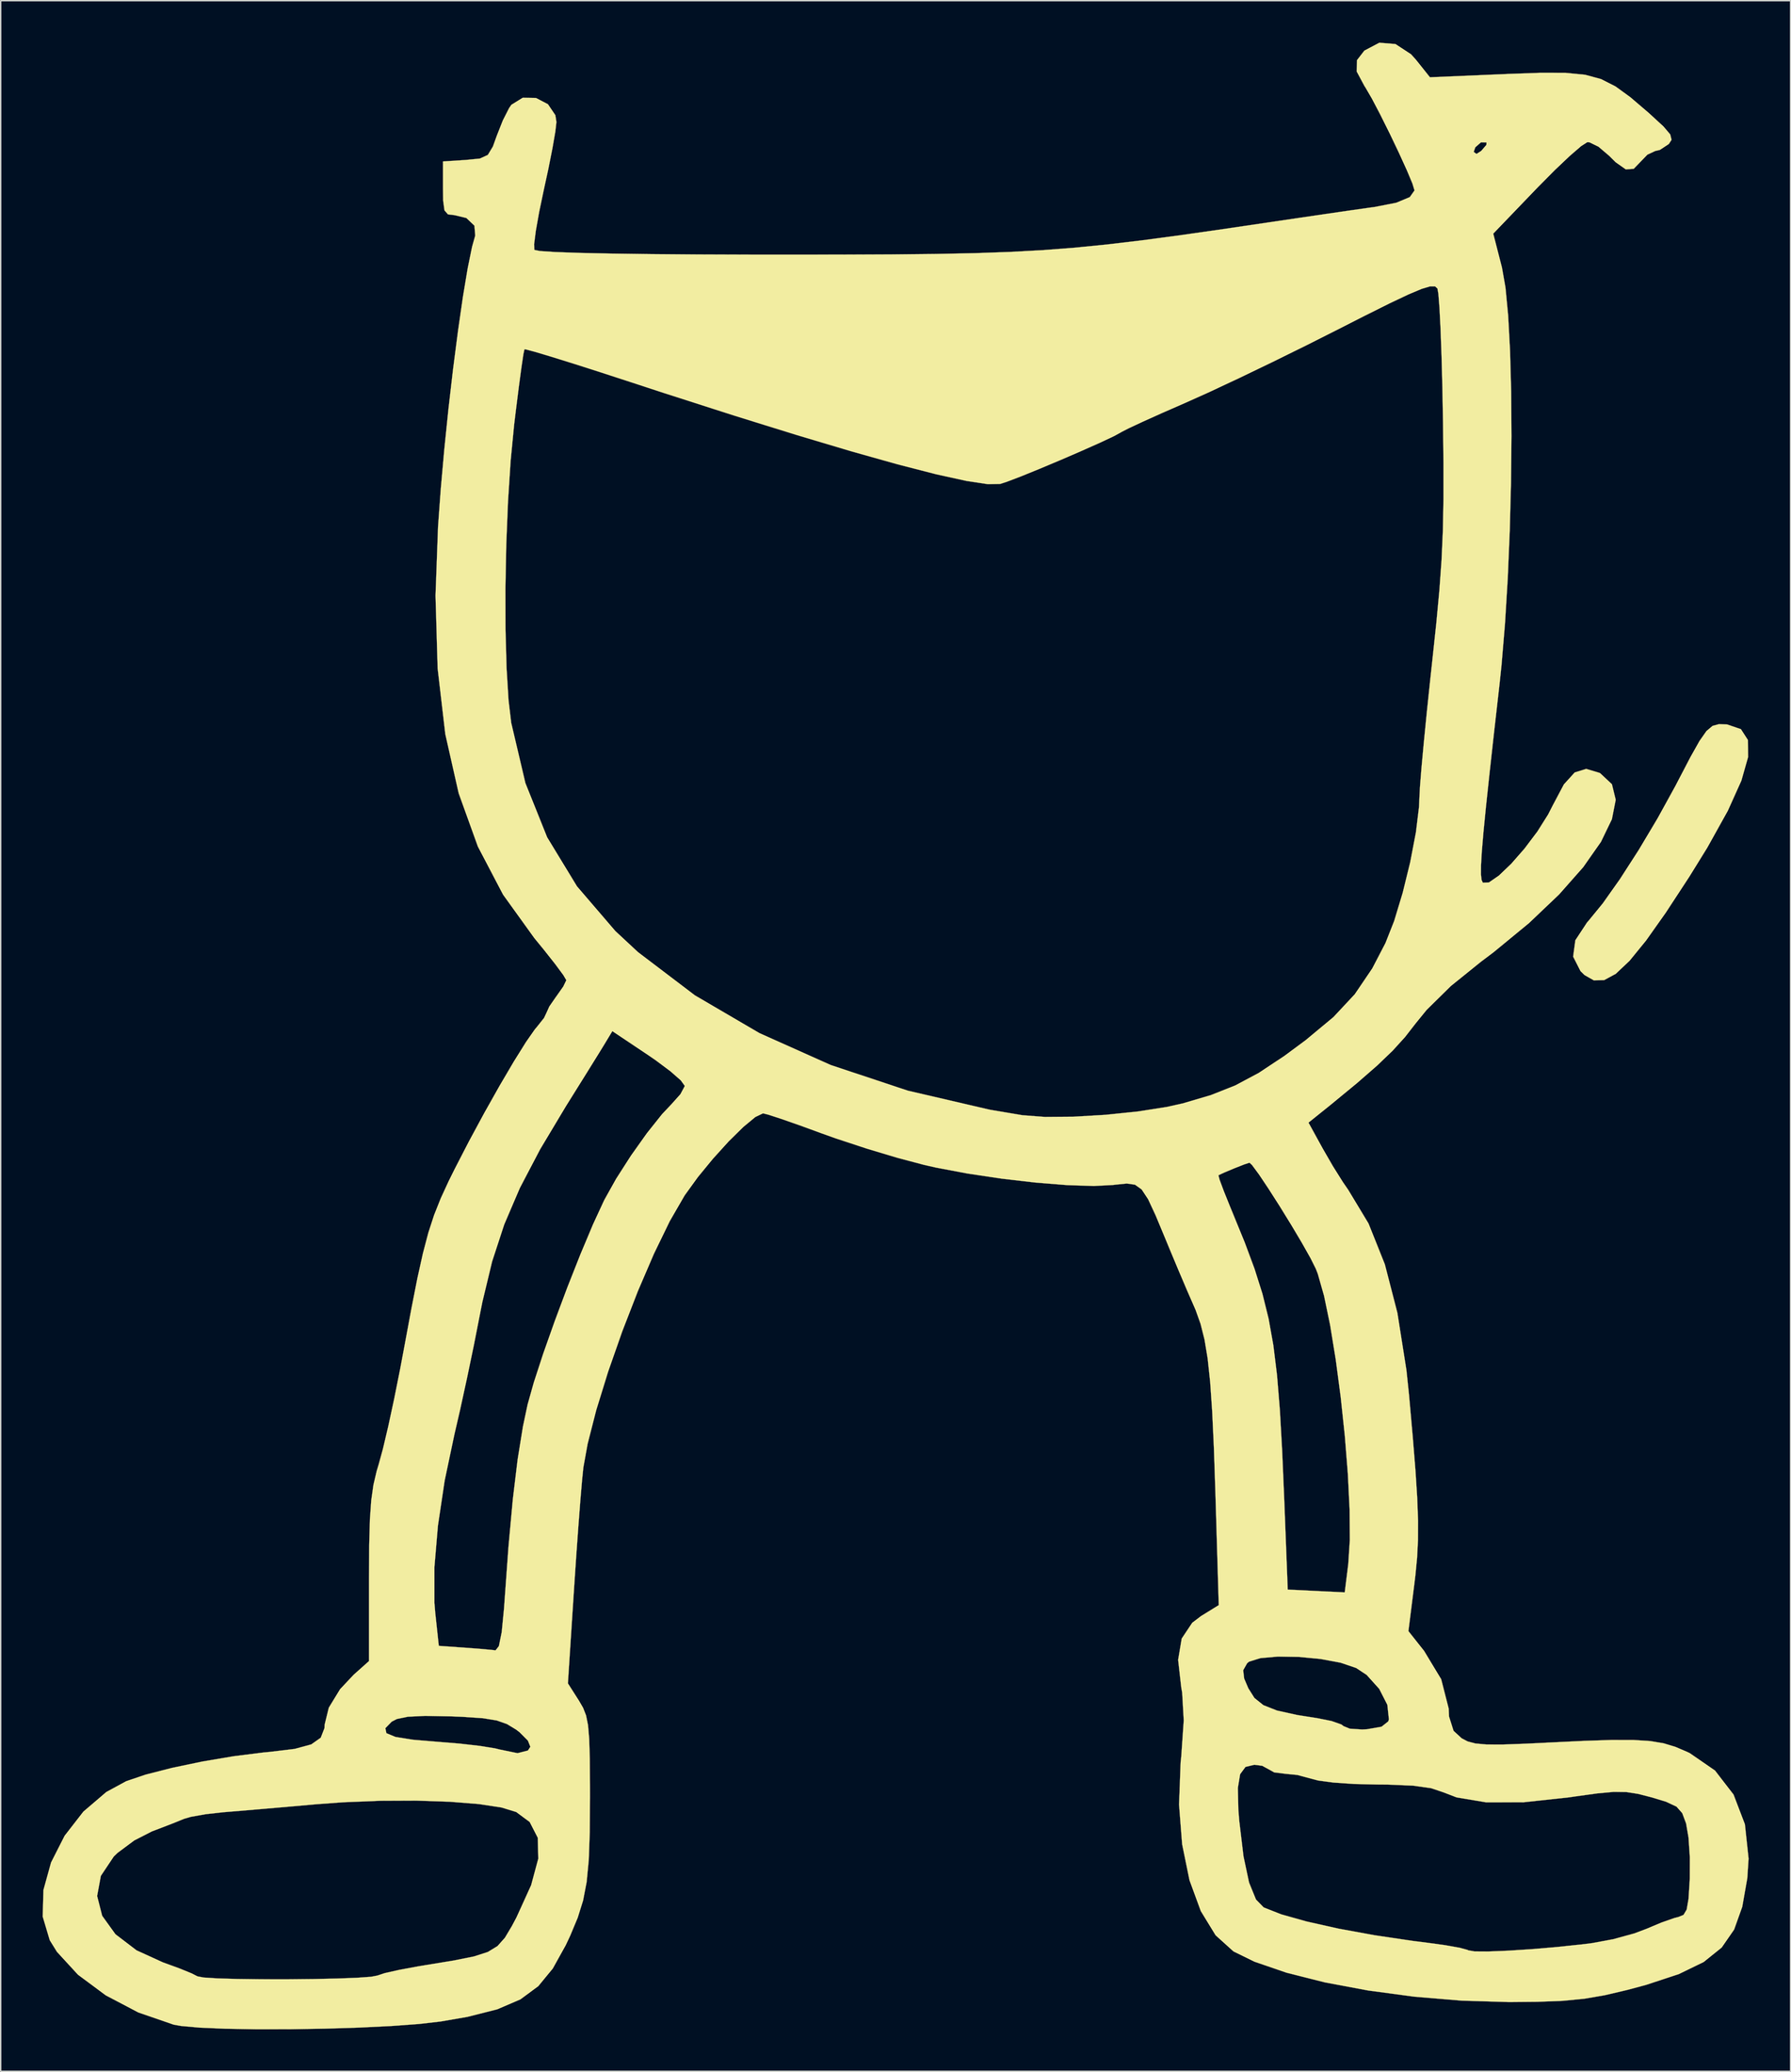
<source format=kicad_pcb>
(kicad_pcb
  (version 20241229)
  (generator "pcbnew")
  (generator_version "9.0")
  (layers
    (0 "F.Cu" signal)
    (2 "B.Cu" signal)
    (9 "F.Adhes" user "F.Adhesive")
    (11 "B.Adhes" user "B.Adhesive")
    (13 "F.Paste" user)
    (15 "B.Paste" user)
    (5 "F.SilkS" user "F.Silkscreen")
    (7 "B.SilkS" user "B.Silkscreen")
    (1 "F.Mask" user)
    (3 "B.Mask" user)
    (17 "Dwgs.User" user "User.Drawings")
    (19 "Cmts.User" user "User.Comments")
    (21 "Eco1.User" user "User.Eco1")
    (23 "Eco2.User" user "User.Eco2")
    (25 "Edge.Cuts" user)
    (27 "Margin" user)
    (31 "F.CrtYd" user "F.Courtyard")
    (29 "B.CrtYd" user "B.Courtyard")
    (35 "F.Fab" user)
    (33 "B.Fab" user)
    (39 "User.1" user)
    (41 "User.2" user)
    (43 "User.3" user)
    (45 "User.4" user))
  (footprint "legs3 inv"
    (layer "F.Cu")
    (at 74.853 21.152)
    (property "Reference" "legs3 inv" (at 0 0 0) (layer "F.SilkS") (effects (font (size 1.524 1.524) (thickness 0.3))))
    (attr through_hole)
    (fp_poly (pts (xy 45.628 27.585) (xy 45.648 27.587) (xy 46.632 27.923) (xy 47.131 28.697) (xy 47.143 29.921) (xy 46.665 31.604) (xy 45.694 33.757) (xy 44.228 36.39) (xy 42.943 38.467) (xy 41.252 41.048) (xy 39.841 43.04) (xy 38.665 44.481) (xy 37.682 45.409) (xy 36.846 45.863) (xy 36.114 45.88) (xy 35.443 45.499) (xy 35.156 45.216) (xy 34.63 44.181) (xy 34.788 43.013) (xy 35.625 41.739) (xy 35.725 41.628) (xy 36.752 40.373) (xy 37.984 38.632) (xy 39.322 36.556) (xy 40.671 34.295) (xy 41.934 32.002) (xy 42.148 31.59) (xy 43.025 29.911) (xy 43.67 28.765) (xy 44.168 28.056) (xy 44.604 27.688) (xy 45.063 27.563) (xy 45.628 27.585)) (stroke (width 0.01) (type solid)) (fill yes) (layer "F.SilkS"))
    (fp_poly (pts (xy 21.919 -21.053) (xy 23.036 -20.321) (xy 23.394 -19.922) (xy 24.387 -18.678) (xy 29.924 -18.914) (xy 32.283 -18.998) (xy 34.088 -18.994) (xy 35.485 -18.858) (xy 36.626 -18.549) (xy 37.658 -18.026) (xy 38.73 -17.247) (xy 39.991 -16.17) (xy 40.127 -16.049) (xy 41.088 -15.165) (xy 41.575 -14.594) (xy 41.67 -14.209) (xy 41.475 -13.908) (xy 40.834 -13.486) (xy 40.496 -13.406) (xy 39.938 -13.144) (xy 39.511 -12.7) (xy 38.962 -12.133) (xy 38.398 -12.094) (xy 37.668 -12.607) (xy 37.205 -13.067) (xy 36.444 -13.714) (xy 35.789 -14.032) (xy 35.639 -14.037) (xy 35.2 -13.755) (xy 34.392 -13.058) (xy 33.327 -12.049) (xy 32.117 -10.83) (xy 32.009 -10.718) (xy 28.916 -7.501) (xy 29.539 -5.073) (xy 29.79 -3.648) (xy 29.983 -1.625) (xy 30.118 0.89) (xy 30.197 3.79) (xy 30.219 6.97) (xy 30.185 10.324) (xy 30.096 13.745) (xy 29.953 17.13) (xy 29.756 20.37) (xy 29.506 23.362) (xy 29.366 24.694) (xy 28.963 28.242) (xy 28.641 31.152) (xy 28.392 33.485) (xy 28.213 35.306) (xy 28.098 36.676) (xy 28.041 37.657) (xy 28.037 38.312) (xy 28.082 38.703) (xy 28.169 38.893) (xy 28.171 38.895) (xy 28.605 38.879) (xy 29.319 38.388) (xy 30.205 37.541) (xy 31.157 36.453) (xy 32.07 35.242) (xy 32.838 34.025) (xy 33.174 33.366) (xy 33.97 31.868) (xy 34.742 31.017) (xy 35.566 30.761) (xy 36.519 31.048) (xy 36.564 31.072) (xy 37.405 31.858) (xy 37.676 32.969) (xy 37.404 34.358) (xy 36.619 35.98) (xy 35.35 37.788) (xy 33.627 39.737) (xy 31.479 41.78) (xy 28.934 43.872) (xy 28.046 44.54) (xy 25.884 46.283) (xy 24.147 47.994) (xy 23.366 48.954) (xy 22.605 49.931) (xy 21.723 50.902) (xy 20.615 51.965) (xy 19.179 53.216) (xy 17.31 54.754) (xy 16.581 55.341) (xy 15.699 56.048) (xy 16.729 57.922) (xy 17.44 59.152) (xy 18.16 60.3) (xy 18.542 60.854) (xy 19.992 63.257) (xy 21.161 66.176) (xy 22.06 69.655) (xy 22.704 73.737) (xy 22.888 75.494) (xy 23.157 78.508) (xy 23.353 80.937) (xy 23.478 82.898) (xy 23.537 84.509) (xy 23.532 85.886) (xy 23.468 87.146) (xy 23.347 88.406) (xy 23.277 88.984) (xy 22.847 92.397) (xy 23.969 93.814) (xy 25.191 95.835) (xy 25.728 97.933) (xy 25.753 98.503) (xy 26.077 99.527) (xy 26.65 100.055) (xy 27.082 100.283) (xy 27.634 100.43) (xy 28.43 100.502) (xy 29.595 100.505) (xy 31.253 100.445) (xy 32.735 100.372) (xy 35.352 100.246) (xy 37.381 100.178) (xy 38.939 100.179) (xy 40.142 100.256) (xy 41.107 100.418) (xy 41.949 100.673) (xy 42.785 101.03) (xy 42.969 101.118) (xy 44.779 102.365) (xy 46.106 104.084) (xy 46.917 106.206) (xy 47.18 108.661) (xy 47.087 110.067) (xy 46.728 112.106) (xy 46.148 113.729) (xy 45.257 115.017) (xy 43.968 116.052) (xy 42.193 116.915) (xy 39.843 117.689) (xy 38.49 118.052) (xy 36.893 118.426) (xy 35.433 118.677) (xy 33.892 118.827) (xy 32.051 118.899) (xy 30.047 118.916) (xy 26.682 118.816) (xy 23.28 118.533) (xy 19.968 118.089) (xy 16.871 117.509) (xy 14.117 116.814) (xy 11.831 116.028) (xy 10.335 115.296) (xy 9.053 114.14) (xy 7.994 112.409) (xy 7.187 110.207) (xy 6.66 107.635) (xy 6.439 104.796) (xy 6.484 103.605) (xy 10.647 103.605) (xy 10.681 105.141) (xy 10.745 105.95) (xy 11.049 108.497) (xy 11.446 110.367) (xy 11.944 111.585) (xy 12.495 112.151) (xy 13.747 112.643) (xy 15.572 113.157) (xy 17.839 113.664) (xy 20.419 114.136) (xy 23.18 114.546) (xy 24.132 114.665) (xy 25.465 114.847) (xy 26.51 115.032) (xy 27.083 115.187) (xy 27.13 115.217) (xy 27.566 115.292) (xy 28.56 115.298) (xy 29.97 115.242) (xy 31.653 115.134) (xy 33.467 114.98) (xy 35.269 114.79) (xy 35.983 114.702) (xy 37.499 114.421) (xy 39.004 114.008) (xy 39.864 113.684) (xy 40.951 113.229) (xy 41.873 112.906) (xy 42.157 112.834) (xy 42.525 112.685) (xy 42.752 112.303) (xy 42.885 111.535) (xy 42.967 110.229) (xy 42.974 110.063) (xy 42.978 108.562) (xy 42.884 107.157) (xy 42.711 106.151) (xy 42.709 106.144) (xy 42.435 105.412) (xy 42.024 104.945) (xy 41.281 104.596) (xy 40.263 104.287) (xy 39.286 104.036) (xy 38.441 103.904) (xy 37.531 103.892) (xy 36.357 103.999) (xy 34.723 104.224) (xy 34.354 104.279) (xy 31.083 104.633) (xy 28.391 104.635) (xy 26.29 104.284) (xy 25.364 103.928) (xy 24.47 103.626) (xy 23.173 103.445) (xy 21.345 103.369) (xy 20.606 103.364) (xy 18.964 103.326) (xy 17.489 103.225) (xy 16.387 103.078) (xy 15.986 102.972) (xy 14.902 102.682) (xy 14.029 102.596) (xy 13.248 102.498) (xy 12.862 102.282) (xy 12.387 102.025) (xy 11.821 101.953) (xy 11.192 102.105) (xy 10.809 102.625) (xy 10.647 103.605) (xy 6.484 103.605) (xy 6.552 101.794) (xy 6.597 101.361) (xy 6.775 98.779) (xy 6.662 96.798) (xy 6.598 96.434) (xy 6.457 95.194) (xy 11.027 95.194) (xy 11.096 95.786) (xy 11.394 96.484) (xy 11.834 97.18) (xy 12.473 97.691) (xy 13.447 98.076) (xy 14.892 98.395) (xy 16.32 98.619) (xy 17.348 98.824) (xy 18.052 99.072) (xy 18.205 99.19) (xy 18.653 99.373) (xy 19.528 99.43) (xy 19.873 99.414) (xy 20.925 99.232) (xy 21.404 98.852) (xy 21.451 98.704) (xy 21.339 97.664) (xy 20.758 96.527) (xy 19.859 95.529) (xy 19.111 95.035) (xy 17.997 94.658) (xy 16.566 94.391) (xy 15.007 94.242) (xy 13.508 94.218) (xy 12.259 94.329) (xy 11.447 94.582) (xy 11.308 94.698) (xy 11.027 95.194) (xy 6.457 95.194) (xy 6.373 94.451) (xy 6.629 92.93) (xy 7.385 91.799) (xy 8.003 91.329) (xy 9.279 90.54) (xy 9.041 82.552) (xy 8.932 79.317) (xy 8.81 76.693) (xy 8.665 74.587) (xy 8.485 72.905) (xy 8.26 71.551) (xy 7.977 70.432) (xy 7.628 69.454) (xy 7.47 69.089) (xy 7.022 68.065) (xy 6.412 66.633) (xy 5.746 65.042) (xy 5.473 64.382) (xy 4.762 62.675) (xy 4.224 61.522) (xy 3.764 60.825) (xy 3.287 60.485) (xy 2.699 60.403) (xy 1.905 60.482) (xy 1.742 60.504) (xy 0.346 60.579) (xy -1.567 60.516) (xy -3.826 60.334) (xy -6.259 60.053) (xy -7.871 59.811) (xy 9.257 59.811) (xy 9.341 60.134) (xy 9.644 60.948) (xy 10.107 62.098) (xy 10.263 62.474) (xy 11.133 64.601) (xy 11.839 66.496) (xy 12.402 68.276) (xy 12.844 70.058) (xy 13.185 71.96) (xy 13.447 74.099) (xy 13.651 76.592) (xy 13.818 79.557) (xy 13.968 83.079) (xy 14.214 89.429) (xy 16.252 89.529) (xy 18.291 89.629) (xy 18.545 87.591) (xy 18.655 85.887) (xy 18.639 83.7) (xy 18.515 81.173) (xy 18.298 78.447) (xy 18.003 75.667) (xy 17.647 72.976) (xy 17.245 70.516) (xy 16.812 68.43) (xy 16.366 66.862) (xy 16.225 66.499) (xy 15.841 65.732) (xy 15.223 64.636) (xy 14.458 63.351) (xy 13.633 62.014) (xy 12.834 60.765) (xy 12.149 59.742) (xy 11.663 59.084) (xy 11.48 58.914) (xy 11.11 59.034) (xy 10.403 59.311) (xy 9.669 59.619) (xy 9.257 59.811) (xy -7.871 59.811) (xy -8.695 59.688) (xy -10.962 59.26) (xy -11.818 59.066) (xy -13.732 58.558) (xy -15.952 57.891) (xy -18.129 57.173) (xy -19.162 56.804) (xy -20.702 56.242) (xy -22.008 55.785) (xy -22.934 55.484) (xy -23.322 55.386) (xy -23.872 55.649) (xy -24.728 56.357) (xy -25.775 57.388) (xy -26.896 58.623) (xy -27.977 59.938) (xy -28.901 61.215) (xy -28.947 61.285) (xy -29.996 63.101) (xy -31.128 65.432) (xy -32.28 68.112) (xy -33.392 70.976) (xy -34.402 73.857) (xy -35.248 76.591) (xy -35.868 79.011) (xy -36.172 80.693) (xy -36.262 81.577) (xy -36.385 83.02) (xy -36.528 84.878) (xy -36.681 87.009) (xy -36.832 89.253) (xy -37.279 96.132) (xy -36.49 97.367) (xy -36.192 97.881) (xy -35.98 98.424) (xy -35.839 99.124) (xy -35.755 100.106) (xy -35.713 101.497) (xy -35.699 103.423) (xy -35.698 104.246) (xy -35.715 106.775) (xy -35.786 108.752) (xy -35.937 110.328) (xy -36.192 111.655) (xy -36.577 112.886) (xy -37.116 114.174) (xy -37.439 114.86) (xy -38.359 116.515) (xy -39.398 117.779) (xy -40.681 118.726) (xy -42.331 119.433) (xy -44.472 119.975) (xy -46.39 120.306) (xy -47.926 120.482) (xy -49.906 120.627) (xy -52.195 120.739) (xy -54.661 120.816) (xy -57.17 120.857) (xy -59.589 120.859) (xy -61.783 120.822) (xy -63.62 120.744) (xy -64.966 120.623) (xy -65.481 120.53) (xy -68.007 119.659) (xy -70.338 118.435) (xy -72.327 116.958) (xy -73.828 115.326) (xy -74.344 114.495) (xy -74.848 112.804) (xy -74.807 111.332) (xy -70.955 111.332) (xy -70.595 112.747) (xy -69.643 114.068) (xy -68.132 115.219) (xy -66.258 116.073) (xy -65.088 116.501) (xy -64.194 116.864) (xy -63.781 117.075) (xy -63.346 117.159) (xy -62.346 117.222) (xy -60.923 117.264) (xy -59.216 117.285) (xy -57.367 117.287) (xy -55.515 117.269) (xy -53.803 117.232) (xy -52.37 117.178) (xy -51.357 117.106) (xy -50.911 117.021) (xy -50.391 116.849) (xy -49.358 116.616) (xy -47.999 116.363) (xy -47.383 116.261) (xy -45.406 115.937) (xy -43.991 115.652) (xy -43.006 115.334) (xy -42.316 114.913) (xy -41.787 114.319) (xy -41.285 113.48) (xy -40.963 112.874) (xy -39.909 110.56) (xy -39.399 108.668) (xy -39.434 107.171) (xy -40.014 106.041) (xy -40.976 105.33) (xy -42.024 105.008) (xy -43.648 104.761) (xy -45.719 104.596) (xy -48.112 104.516) (xy -50.699 104.526) (xy -53.353 104.633) (xy -55.21 104.769) (xy -57.169 104.942) (xy -59.092 105.108) (xy -60.754 105.249) (xy -61.913 105.344) (xy -63.181 105.484) (xy -64.247 105.673) (xy -64.735 105.815) (xy -65.491 106.123) (xy -66.568 106.538) (xy -67.028 106.711) (xy -68.296 107.36) (xy -69.495 108.25) (xy -69.762 108.508) (xy -70.689 109.894) (xy -70.955 111.332) (xy -74.807 111.332) (xy -74.796 110.907) (xy -74.251 108.937) (xy -73.278 107.024) (xy -71.939 105.301) (xy -70.299 103.9) (xy -68.874 103.126) (xy -67.483 102.656) (xy -65.597 102.173) (xy -63.424 101.72) (xy -61.173 101.339) (xy -59.053 101.073) (xy -58.617 101.033) (xy -56.824 100.818) (xy -55.636 100.496) (xy -54.959 100.019) (xy -54.694 99.339) (xy -54.694 99.337) (xy -50.336 99.337) (xy -50.263 99.693) (xy -49.618 99.961) (xy -48.356 100.163) (xy -46.667 100.304) (xy -45.049 100.436) (xy -43.587 100.602) (xy -42.498 100.777) (xy -42.157 100.861) (xy -40.88 101.123) (xy -40.138 100.933) (xy -39.964 100.666) (xy -40.139 100.227) (xy -40.74 99.625) (xy -40.987 99.437) (xy -41.636 99.043) (xy -42.37 98.784) (xy -43.37 98.623) (xy -44.814 98.525) (xy -45.678 98.491) (xy -47.489 98.459) (xy -48.725 98.518) (xy -49.514 98.68) (xy -49.884 98.872) (xy -50.336 99.337) (xy -54.694 99.337) (xy -54.681 99.088) (xy -54.384 97.873) (xy -53.572 96.546) (xy -52.599 95.512) (xy -51.506 94.539) (xy -51.506 88.59) (xy -51.501 87.831) (xy -46.828 87.831) (xy -46.827 90.374) (xy -46.768 91.087) (xy -46.514 93.451) (xy -44.688 93.58) (xy -43.566 93.665) (xy -42.715 93.742) (xy -42.454 93.774) (xy -42.215 93.469) (xy -42.013 92.468) (xy -41.848 90.768) (xy -41.822 90.399) (xy -41.53 86.366) (xy -41.217 82.965) (xy -40.875 80.125) (xy -40.495 77.771) (xy -40.161 76.2) (xy -39.717 74.62) (xy -39.049 72.576) (xy -38.224 70.245) (xy -37.311 67.807) (xy -36.374 65.441) (xy -35.483 63.323) (xy -34.702 61.634) (xy -34.665 61.56) (xy -33.828 60.062) (xy -32.765 58.405) (xy -31.621 56.796) (xy -30.543 55.445) (xy -29.848 54.707) (xy -29.231 54.018) (xy -28.933 53.46) (xy -28.928 53.41) (xy -29.204 53.027) (xy -29.94 52.382) (xy -31.002 51.589) (xy -31.513 51.238) (xy -34.099 49.509) (xy -34.649 50.419) (xy -35.054 51.079) (xy -35.735 52.176) (xy -36.592 53.55) (xy -37.409 54.857) (xy -39.264 57.954) (xy -40.714 60.719) (xy -41.835 63.335) (xy -42.702 65.986) (xy -43.393 68.855) (xy -43.568 69.737) (xy -44.002 71.94) (xy -44.494 74.304) (xy -44.982 76.542) (xy -45.393 78.317) (xy -46.093 81.634) (xy -46.577 84.862) (xy -46.828 87.831) (xy -51.501 87.831) (xy -51.492 86.23) (xy -51.443 84.43) (xy -51.346 83.049) (xy -51.19 81.943) (xy -50.961 80.968) (xy -50.811 80.467) (xy -50.511 79.375) (xy -50.13 77.76) (xy -49.706 75.794) (xy -49.276 73.649) (xy -49.015 72.257) (xy -48.491 69.435) (xy -48.048 67.186) (xy -47.649 65.388) (xy -47.261 63.917) (xy -46.849 62.652) (xy -46.378 61.468) (xy -45.813 60.243) (xy -45.375 59.359) (xy -44.342 57.359) (xy -43.245 55.331) (xy -42.155 53.396) (xy -41.144 51.678) (xy -40.283 50.299) (xy -39.644 49.383) (xy -39.482 49.19) (xy -38.987 48.568) (xy -38.806 48.187) (xy -38.607 47.744) (xy -38.126 47.049) (xy -38.1 47.016) (xy -37.611 46.322) (xy -37.395 45.874) (xy -37.394 45.863) (xy -37.607 45.5) (xy -38.179 44.727) (xy -39.014 43.67) (xy -39.672 42.868) (xy -41.916 39.753) (xy -43.719 36.313) (xy -45.093 32.502) (xy -46.049 28.273) (xy -46.597 23.58) (xy -46.748 18.376) (xy -46.728 17.834) (xy -41.747 17.834) (xy -41.741 20.824) (xy -41.667 23.547) (xy -41.525 25.853) (xy -41.333 27.467) (xy -40.32 31.772) (xy -38.762 35.652) (xy -36.626 39.161) (xy -33.882 42.356) (xy -32.263 43.861) (xy -28.19 46.952) (xy -23.576 49.65) (xy -18.48 51.929) (xy -12.963 53.763) (xy -7.086 55.128) (xy -4.763 55.519) (xy -3.165 55.64) (xy -1.106 55.625) (xy 1.187 55.49) (xy 3.486 55.252) (xy 5.563 54.927) (xy 6.703 54.674) (xy 8.722 54.079) (xy 10.467 53.387) (xy 12.146 52.491) (xy 13.969 51.284) (xy 15.49 50.159) (xy 17.482 48.505) (xy 19.007 46.874) (xy 20.257 45.031) (xy 21.205 43.212) (xy 21.828 41.631) (xy 22.437 39.621) (xy 22.975 37.428) (xy 23.384 35.296) (xy 23.606 33.472) (xy 23.631 32.865) (xy 23.671 32.075) (xy 23.78 30.707) (xy 23.948 28.884) (xy 24.161 26.729) (xy 24.41 24.366) (xy 24.541 23.163) (xy 24.841 20.359) (xy 25.063 17.98) (xy 25.217 15.836) (xy 25.311 13.737) (xy 25.353 11.493) (xy 25.353 8.914) (xy 25.321 5.997) (xy 25.277 3.523) (xy 25.217 1.263) (xy 25.146 -0.68) (xy 25.068 -2.206) (xy 24.988 -3.211) (xy 24.923 -3.577) (xy 24.754 -3.73) (xy 24.403 -3.732) (xy 23.794 -3.551) (xy 22.85 -3.155) (xy 21.495 -2.513) (xy 19.652 -1.594) (xy 17.881 -0.692) (xy 15.539 0.488) (xy 13.088 1.695) (xy 10.71 2.839) (xy 8.588 3.833) (xy 6.904 4.589) (xy 6.879 4.6) (xy 5.267 5.305) (xy 3.881 5.928) (xy 2.855 6.406) (xy 2.323 6.678) (xy 2.293 6.698) (xy 1.786 6.975) (xy 0.787 7.444) (xy -0.542 8.036) (xy -2.037 8.682) (xy -3.537 9.312) (xy -4.877 9.856) (xy -5.895 10.245) (xy -6.355 10.394) (xy -7.241 10.409) (xy -8.768 10.178) (xy -10.917 9.706) (xy -13.671 8.998) (xy -17.012 8.059) (xy -20.92 6.894) (xy -25.378 5.509) (xy -30.367 3.907) (xy -32.751 3.127) (xy -34.923 2.419) (xy -36.859 1.8) (xy -38.463 1.3) (xy -39.639 0.949) (xy -40.29 0.776) (xy -40.388 0.766) (xy -40.466 1.138) (xy -40.606 2.087) (xy -40.794 3.488) (xy -41.011 5.218) (xy -41.126 6.174) (xy -41.375 8.745) (xy -41.563 11.645) (xy -41.688 14.725) (xy -41.747 17.834) (xy -46.728 17.834) (xy -46.568 13.441) (xy -46.374 10.768) (xy -46.12 7.919) (xy -45.82 5.007) (xy -45.488 2.145) (xy -45.139 -0.555) (xy -44.788 -2.981) (xy -44.448 -5.02) (xy -44.134 -6.559) (xy -43.908 -7.365) (xy -43.967 -8.071) (xy -44.543 -8.618) (xy -45.375 -8.819) (xy -45.858 -8.877) (xy -46.108 -9.164) (xy -46.202 -9.853) (xy -46.214 -10.74) (xy -46.214 -12.661) (xy -44.567 -12.769) (xy -43.569 -12.869) (xy -43.007 -13.127) (xy -42.643 -13.73) (xy -42.362 -14.508) (xy -41.93 -15.601) (xy -41.485 -16.475) (xy -41.32 -16.713) (xy -40.509 -17.215) (xy -39.563 -17.199) (xy -38.709 -16.754) (xy -38.175 -15.967) (xy -38.1 -15.481) (xy -38.176 -14.806) (xy -38.381 -13.62) (xy -38.683 -12.099) (xy -38.996 -10.658) (xy -39.333 -9.056) (xy -39.574 -7.701) (xy -39.696 -6.741) (xy -39.681 -6.339) (xy -39.28 -6.258) (xy -38.208 -6.186) (xy -36.497 -6.125) (xy -34.182 -6.075) (xy -31.296 -6.037) (xy -27.872 -6.011) (xy -23.944 -5.998) (xy -22.178 -5.997) (xy -17.876 -6) (xy -14.176 -6.015) (xy -10.972 -6.047) (xy -8.161 -6.105) (xy -5.639 -6.194) (xy -3.3 -6.321) (xy -1.041 -6.495) (xy 1.243 -6.721) (xy 3.656 -7.006) (xy 6.302 -7.357) (xy 9.286 -7.781) (xy 12.712 -8.285) (xy 12.876 -8.31) (xy 14.984 -8.621) (xy 16.966 -8.912) (xy 18.668 -9.159) (xy 19.933 -9.339) (xy 20.461 -9.412) (xy 21.982 -9.71) (xy 22.947 -10.114) (xy 23.283 -10.589) (xy 23.133 -11.081) (xy 22.734 -12.034) (xy 22.165 -13.283) (xy 22.137 -13.342) (xy 27.517 -13.342) (xy 27.718 -13.199) (xy 28.054 -13.413) (xy 28.424 -13.844) (xy 28.431 -14.02) (xy 28.039 -14.028) (xy 27.632 -13.672) (xy 27.517 -13.342) (xy 22.137 -13.342) (xy 21.505 -14.664) (xy 20.833 -16.012) (xy 20.229 -17.162) (xy 19.77 -17.951) (xy 19.706 -18.046) (xy 19.146 -19.091) (xy 19.17 -19.905) (xy 19.695 -20.583) (xy 20.767 -21.147) (xy 21.919 -21.053)) (stroke (width 0.01) (type solid)) (fill yes) (layer "F.SilkS")))
  (gr_rect
    (start -3 -3)
    (end 125.038 145.016)
    (stroke (width 0.1) (type default))
    (fill no)
    (layer "Edge.Cuts")))
</source>
